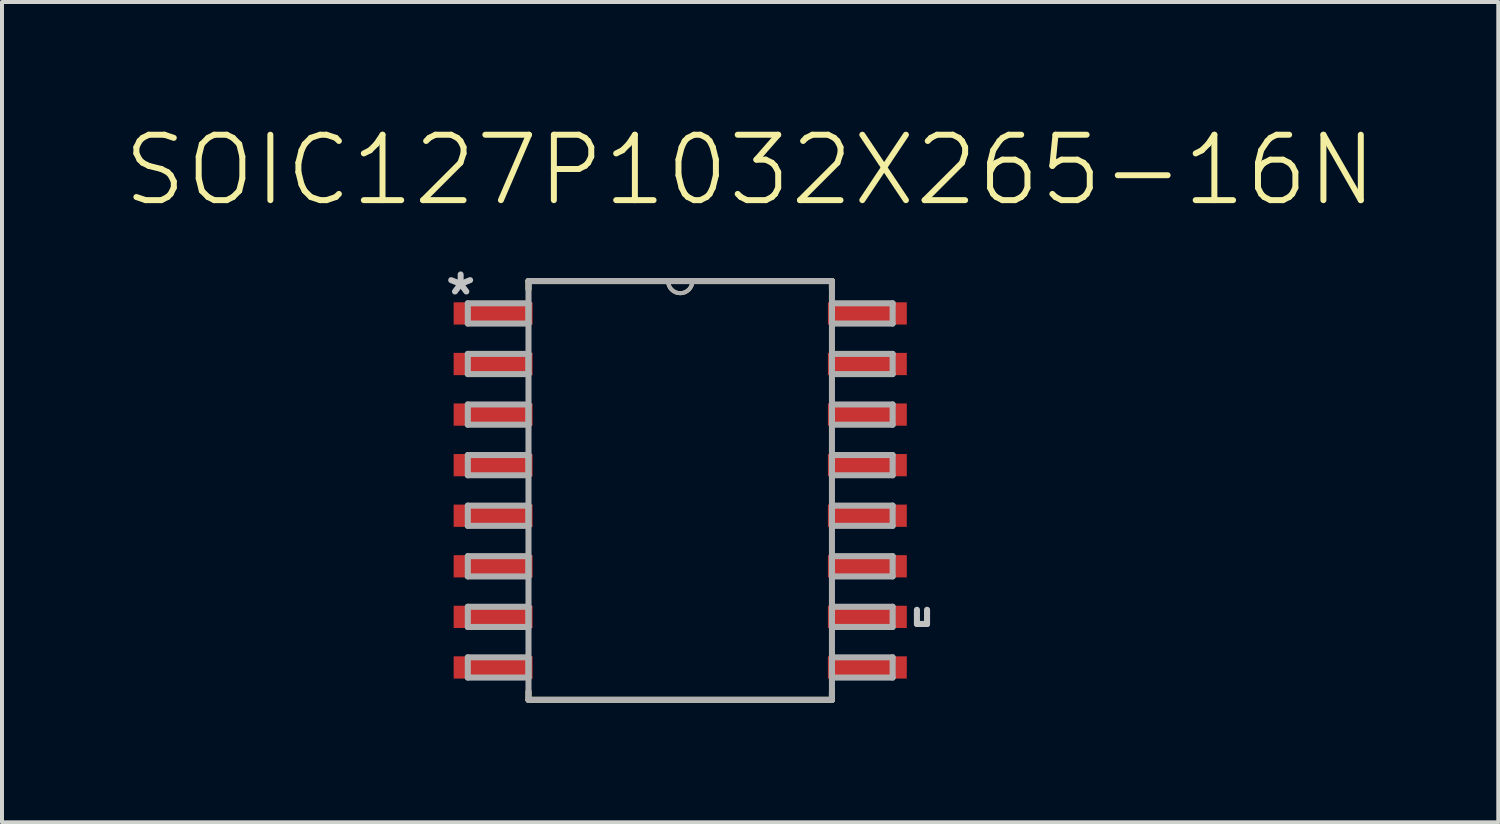
<source format=kicad_pcb>
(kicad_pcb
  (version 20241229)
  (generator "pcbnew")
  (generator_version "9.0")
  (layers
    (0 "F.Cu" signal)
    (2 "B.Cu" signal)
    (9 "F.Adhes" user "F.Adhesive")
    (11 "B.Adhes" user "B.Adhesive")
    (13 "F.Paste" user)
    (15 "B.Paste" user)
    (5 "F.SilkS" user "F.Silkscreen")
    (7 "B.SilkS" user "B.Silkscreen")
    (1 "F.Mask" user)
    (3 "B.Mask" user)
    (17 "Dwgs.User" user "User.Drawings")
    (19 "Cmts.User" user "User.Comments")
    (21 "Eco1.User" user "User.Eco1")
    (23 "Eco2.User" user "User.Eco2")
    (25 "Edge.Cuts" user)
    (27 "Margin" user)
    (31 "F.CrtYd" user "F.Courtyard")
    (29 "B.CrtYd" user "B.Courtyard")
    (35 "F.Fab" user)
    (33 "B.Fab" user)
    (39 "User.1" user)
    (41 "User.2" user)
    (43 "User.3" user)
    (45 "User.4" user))
  (footprint "SOIC127P1032X265-16N"
    (layer "F.Cu")
    (at 14.032 9.266)
    (property "Reference" "SOIC127P1032X265-16N" (at 1.756 -8.042 0) (layer "F.SilkS") (effects (font (size 1.643 1.643) (thickness 0.15))))
    (attr smd)
    (fp_line (start -3.81 -5.258) (end -3.81 -5.055) (stroke (width 0.152) (type solid)) (layer "F.SilkS"))
    (fp_line (start -3.81 5.055) (end -3.81 5.258) (stroke (width 0.152) (type solid)) (layer "F.SilkS"))
    (fp_line (start -3.81 5.258) (end 3.81 5.258) (stroke (width 0.152) (type solid)) (layer "F.SilkS"))
    (fp_line (start -0.305 -5.258) (end -3.81 -5.258) (stroke (width 0.152) (type solid)) (layer "F.SilkS"))
    (fp_line (start 0.305 -5.258) (end -0.305 -5.258) (stroke (width 0.152) (type solid)) (layer "F.SilkS"))
    (fp_line (start 3.81 -5.258) (end 0.305 -5.258) (stroke (width 0.152) (type solid)) (layer "F.SilkS"))
    (fp_line (start 3.81 -5.055) (end 3.81 -5.258) (stroke (width 0.152) (type solid)) (layer "F.SilkS"))
    (fp_line (start 3.81 5.258) (end 3.81 5.055) (stroke (width 0.152) (type solid)) (layer "F.SilkS"))
    (fp_arc (start 0.3048 -5.2578) (mid 0 -4.953) (end -0.3048 -5.2578) (stroke (width 0.1) (type solid)) (layer "F.SilkS"))
    (fp_line (start 5.944 3.353) (end 5.944 2.997) (stroke (width 0.152) (type solid)) (layer "Dwgs.User"))
    (fp_line (start 6.198 2.997) (end 6.198 3.353) (stroke (width 0.152) (type solid)) (layer "Dwgs.User"))
    (fp_line (start 6.198 3.353) (end 5.944 3.353) (stroke (width 0.152) (type solid)) (layer "Dwgs.User"))
    (fp_line (start -5.334 -4.699) (end -5.334 -4.191) (stroke (width 0.152) (type solid)) (layer "F.Fab"))
    (fp_line (start -5.334 -4.191) (end -3.81 -4.191) (stroke (width 0.152) (type solid)) (layer "F.Fab"))
    (fp_line (start -5.334 -3.429) (end -5.334 -2.921) (stroke (width 0.152) (type solid)) (layer "F.Fab"))
    (fp_line (start -5.334 -2.921) (end -3.81 -2.921) (stroke (width 0.152) (type solid)) (layer "F.Fab"))
    (fp_line (start -5.334 -2.159) (end -5.334 -1.651) (stroke (width 0.152) (type solid)) (layer "F.Fab"))
    (fp_line (start -5.334 -1.651) (end -3.81 -1.651) (stroke (width 0.152) (type solid)) (layer "F.Fab"))
    (fp_line (start -5.334 -0.889) (end -5.334 -0.381) (stroke (width 0.152) (type solid)) (layer "F.Fab"))
    (fp_line (start -5.334 -0.381) (end -3.81 -0.381) (stroke (width 0.152) (type solid)) (layer "F.Fab"))
    (fp_line (start -5.334 0.381) (end -5.334 0.889) (stroke (width 0.152) (type solid)) (layer "F.Fab"))
    (fp_line (start -5.334 0.889) (end -3.81 0.889) (stroke (width 0.152) (type solid)) (layer "F.Fab"))
    (fp_line (start -5.334 1.651) (end -5.334 2.159) (stroke (width 0.152) (type solid)) (layer "F.Fab"))
    (fp_line (start -5.334 2.159) (end -3.81 2.159) (stroke (width 0.152) (type solid)) (layer "F.Fab"))
    (fp_line (start -5.334 2.921) (end -5.334 3.429) (stroke (width 0.152) (type solid)) (layer "F.Fab"))
    (fp_line (start -5.334 3.429) (end -3.81 3.429) (stroke (width 0.152) (type solid)) (layer "F.Fab"))
    (fp_line (start -5.334 4.191) (end -5.334 4.699) (stroke (width 0.152) (type solid)) (layer "F.Fab"))
    (fp_line (start -5.334 4.699) (end -3.81 4.699) (stroke (width 0.152) (type solid)) (layer "F.Fab"))
    (fp_line (start -3.81 -5.258) (end -3.81 5.258) (stroke (width 0.152) (type solid)) (layer "F.Fab"))
    (fp_line (start -3.81 -4.699) (end -5.334 -4.699) (stroke (width 0.152) (type solid)) (layer "F.Fab"))
    (fp_line (start -3.81 -4.191) (end -3.81 -4.699) (stroke (width 0.152) (type solid)) (layer "F.Fab"))
    (fp_line (start -3.81 -3.429) (end -5.334 -3.429) (stroke (width 0.152) (type solid)) (layer "F.Fab"))
    (fp_line (start -3.81 -2.921) (end -3.81 -3.429) (stroke (width 0.152) (type solid)) (layer "F.Fab"))
    (fp_line (start -3.81 -2.159) (end -5.334 -2.159) (stroke (width 0.152) (type solid)) (layer "F.Fab"))
    (fp_line (start -3.81 -1.651) (end -3.81 -2.159) (stroke (width 0.152) (type solid)) (layer "F.Fab"))
    (fp_line (start -3.81 -0.889) (end -5.334 -0.889) (stroke (width 0.152) (type solid)) (layer "F.Fab"))
    (fp_line (start -3.81 -0.381) (end -3.81 -0.889) (stroke (width 0.152) (type solid)) (layer "F.Fab"))
    (fp_line (start -3.81 0.381) (end -5.334 0.381) (stroke (width 0.152) (type solid)) (layer "F.Fab"))
    (fp_line (start -3.81 0.889) (end -3.81 0.381) (stroke (width 0.152) (type solid)) (layer "F.Fab"))
    (fp_line (start -3.81 1.651) (end -5.334 1.651) (stroke (width 0.152) (type solid)) (layer "F.Fab"))
    (fp_line (start -3.81 2.159) (end -3.81 1.651) (stroke (width 0.152) (type solid)) (layer "F.Fab"))
    (fp_line (start -3.81 2.921) (end -5.334 2.921) (stroke (width 0.152) (type solid)) (layer "F.Fab"))
    (fp_line (start -3.81 3.429) (end -3.81 2.921) (stroke (width 0.152) (type solid)) (layer "F.Fab"))
    (fp_line (start -3.81 4.191) (end -5.334 4.191) (stroke (width 0.152) (type solid)) (layer "F.Fab"))
    (fp_line (start -3.81 4.699) (end -3.81 4.191) (stroke (width 0.152) (type solid)) (layer "F.Fab"))
    (fp_line (start -3.81 5.258) (end 3.81 5.258) (stroke (width 0.152) (type solid)) (layer "F.Fab"))
    (fp_line (start -0.305 -5.258) (end -3.81 -5.258) (stroke (width 0.152) (type solid)) (layer "F.Fab"))
    (fp_line (start 0.305 -5.258) (end -0.305 -5.258) (stroke (width 0.152) (type solid)) (layer "F.Fab"))
    (fp_line (start 3.81 -5.258) (end 0.305 -5.258) (stroke (width 0.152) (type solid)) (layer "F.Fab"))
    (fp_line (start 3.81 -4.699) (end 3.81 -4.191) (stroke (width 0.152) (type solid)) (layer "F.Fab"))
    (fp_line (start 3.81 -4.191) (end 5.334 -4.191) (stroke (width 0.152) (type solid)) (layer "F.Fab"))
    (fp_line (start 3.81 -3.429) (end 3.81 -2.921) (stroke (width 0.152) (type solid)) (layer "F.Fab"))
    (fp_line (start 3.81 -2.921) (end 5.334 -2.921) (stroke (width 0.152) (type solid)) (layer "F.Fab"))
    (fp_line (start 3.81 -2.159) (end 3.81 -1.651) (stroke (width 0.152) (type solid)) (layer "F.Fab"))
    (fp_line (start 3.81 -1.651) (end 5.334 -1.651) (stroke (width 0.152) (type solid)) (layer "F.Fab"))
    (fp_line (start 3.81 -0.889) (end 3.81 -0.381) (stroke (width 0.152) (type solid)) (layer "F.Fab"))
    (fp_line (start 3.81 -0.381) (end 5.334 -0.381) (stroke (width 0.152) (type solid)) (layer "F.Fab"))
    (fp_line (start 3.81 0.381) (end 3.81 0.889) (stroke (width 0.152) (type solid)) (layer "F.Fab"))
    (fp_line (start 3.81 0.889) (end 5.334 0.889) (stroke (width 0.152) (type solid)) (layer "F.Fab"))
    (fp_line (start 3.81 1.651) (end 3.81 2.159) (stroke (width 0.152) (type solid)) (layer "F.Fab"))
    (fp_line (start 3.81 2.159) (end 5.334 2.159) (stroke (width 0.152) (type solid)) (layer "F.Fab"))
    (fp_line (start 3.81 2.921) (end 3.81 3.429) (stroke (width 0.152) (type solid)) (layer "F.Fab"))
    (fp_line (start 3.81 3.429) (end 5.334 3.429) (stroke (width 0.152) (type solid)) (layer "F.Fab"))
    (fp_line (start 3.81 4.191) (end 3.81 4.699) (stroke (width 0.152) (type solid)) (layer "F.Fab"))
    (fp_line (start 3.81 4.699) (end 5.334 4.699) (stroke (width 0.152) (type solid)) (layer "F.Fab"))
    (fp_line (start 3.81 5.258) (end 3.81 -5.258) (stroke (width 0.152) (type solid)) (layer "F.Fab"))
    (fp_line (start 5.334 -4.699) (end 3.81 -4.699) (stroke (width 0.152) (type solid)) (layer "F.Fab"))
    (fp_line (start 5.334 -4.191) (end 5.334 -4.699) (stroke (width 0.152) (type solid)) (layer "F.Fab"))
    (fp_line (start 5.334 -3.429) (end 3.81 -3.429) (stroke (width 0.152) (type solid)) (layer "F.Fab"))
    (fp_line (start 5.334 -2.921) (end 5.334 -3.429) (stroke (width 0.152) (type solid)) (layer "F.Fab"))
    (fp_line (start 5.334 -2.159) (end 3.81 -2.159) (stroke (width 0.152) (type solid)) (layer "F.Fab"))
    (fp_line (start 5.334 -1.651) (end 5.334 -2.159) (stroke (width 0.152) (type solid)) (layer "F.Fab"))
    (fp_line (start 5.334 -0.889) (end 3.81 -0.889) (stroke (width 0.152) (type solid)) (layer "F.Fab"))
    (fp_line (start 5.334 -0.381) (end 5.334 -0.889) (stroke (width 0.152) (type solid)) (layer "F.Fab"))
    (fp_line (start 5.334 0.381) (end 3.81 0.381) (stroke (width 0.152) (type solid)) (layer "F.Fab"))
    (fp_line (start 5.334 0.889) (end 5.334 0.381) (stroke (width 0.152) (type solid)) (layer "F.Fab"))
    (fp_line (start 5.334 1.651) (end 3.81 1.651) (stroke (width 0.152) (type solid)) (layer "F.Fab"))
    (fp_line (start 5.334 2.159) (end 5.334 1.651) (stroke (width 0.152) (type solid)) (layer "F.Fab"))
    (fp_line (start 5.334 2.921) (end 3.81 2.921) (stroke (width 0.152) (type solid)) (layer "F.Fab"))
    (fp_line (start 5.334 3.429) (end 5.334 2.921) (stroke (width 0.152) (type solid)) (layer "F.Fab"))
    (fp_line (start 5.334 4.191) (end 3.81 4.191) (stroke (width 0.152) (type solid)) (layer "F.Fab"))
    (fp_line (start 5.334 4.699) (end 5.334 4.191) (stroke (width 0.152) (type solid)) (layer "F.Fab"))
    (fp_arc (start 0.3048 -5.2578) (mid 0 -4.953) (end -0.3048 -5.2578) (stroke (width 0.1) (type solid)) (layer "F.Fab"))
    (fp_text user "*" (at -5.514 -4.879 0) (layer "Dwgs.User") (effects (font (size 1 1) (thickness 0.15))))
    (pad "1" smd rect (at -4.699 -4.445) (size 1.981 0.559) (layers "F.Cu" "F.Mask" "F.Paste"))
    (pad "2" smd rect (at -4.699 -3.175) (size 1.981 0.559) (layers "F.Cu" "F.Mask" "F.Paste"))
    (pad "3" smd rect (at -4.699 -1.905) (size 1.981 0.559) (layers "F.Cu" "F.Mask" "F.Paste"))
    (pad "4" smd rect (at -4.699 -0.635) (size 1.981 0.559) (layers "F.Cu" "F.Mask" "F.Paste"))
    (pad "5" smd rect (at -4.699 0.635) (size 1.981 0.559) (layers "F.Cu" "F.Mask" "F.Paste"))
    (pad "6" smd rect (at -4.699 1.905) (size 1.981 0.559) (layers "F.Cu" "F.Mask" "F.Paste"))
    (pad "7" smd rect (at -4.699 3.175) (size 1.981 0.559) (layers "F.Cu" "F.Mask" "F.Paste"))
    (pad "8" smd rect (at -4.699 4.445) (size 1.981 0.559) (layers "F.Cu" "F.Mask" "F.Paste"))
    (pad "9" smd rect (at 4.699 4.445) (size 1.981 0.559) (layers "F.Cu" "F.Mask" "F.Paste"))
    (pad "10" smd rect (at 4.699 3.175) (size 1.981 0.559) (layers "F.Cu" "F.Mask" "F.Paste"))
    (pad "11" smd rect (at 4.699 1.905) (size 1.981 0.559) (layers "F.Cu" "F.Mask" "F.Paste"))
    (pad "12" smd rect (at 4.699 0.635) (size 1.981 0.559) (layers "F.Cu" "F.Mask" "F.Paste"))
    (pad "13" smd rect (at 4.699 -0.635) (size 1.981 0.559) (layers "F.Cu" "F.Mask" "F.Paste"))
    (pad "14" smd rect (at 4.699 -1.905) (size 1.981 0.559) (layers "F.Cu" "F.Mask" "F.Paste"))
    (pad "15" smd rect (at 4.699 -3.175) (size 1.981 0.559) (layers "F.Cu" "F.Mask" "F.Paste"))
    (pad "16" smd rect (at 4.699 -4.445) (size 1.981 0.559) (layers "F.Cu" "F.Mask" "F.Paste")))
  (gr_rect
    (start -3 -3)
    (end 34.575 17.6)
    (stroke (width 0.1) (type default))
    (fill no)
    (layer "Edge.Cuts")))
</source>
